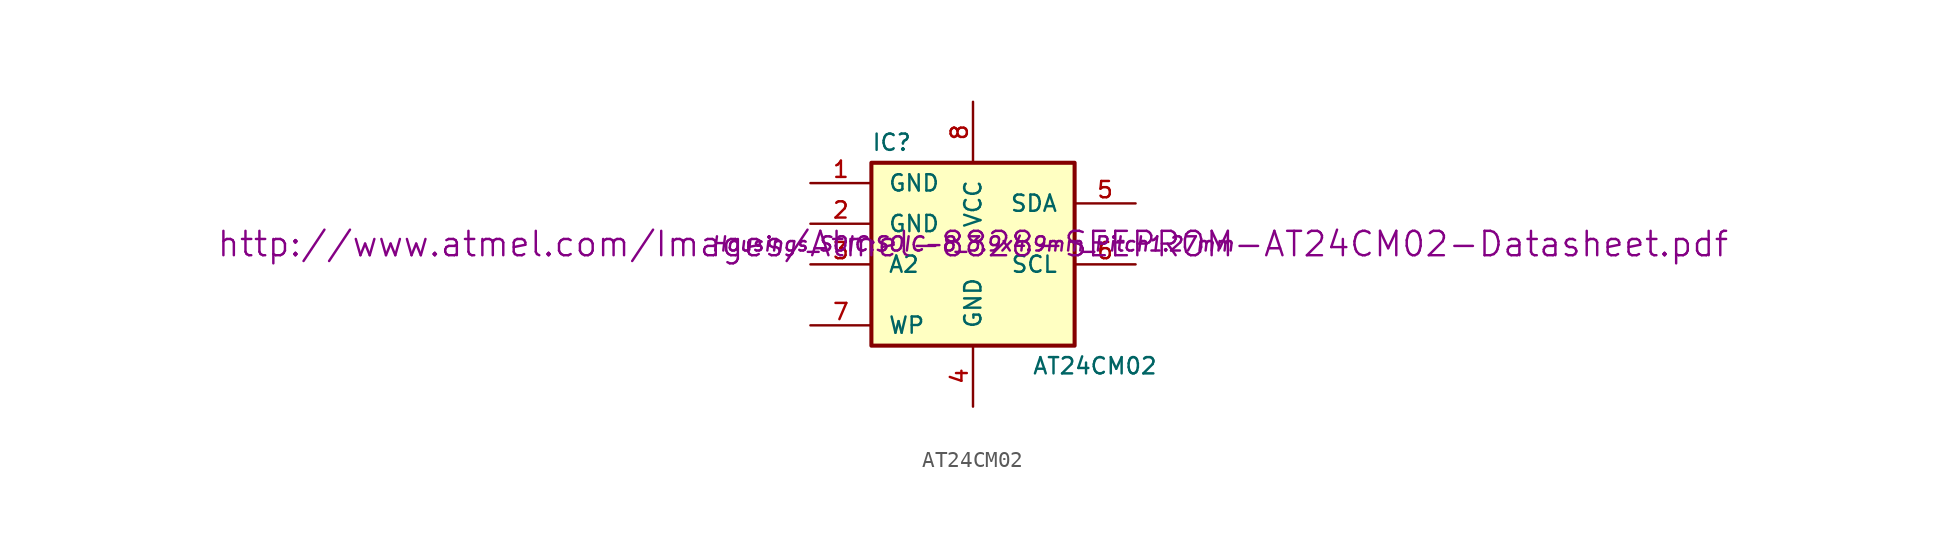
<source format=kicad_sym>
(kicad_symbol_lib
  (version 20241209)
  (generator "kicad_symbol_editor")
  (generator_version "9.0")
  (symbol "AT24CM02"
    (pin_names
      (offset 1.016))
    (property "Reference" "IC"
      (at -5.08 6.35 0)
      (effects (font (size 1.016 1.016))))
    (property "Value" "AT24CM02"
      (at 7.62 -7.62 0)
      (effects (font (size 1.016 1.016))))
    (property "Footprint" "Housings_SOIC:SOIC-8_3.9x4.9mm_Pitch1.27mm"
      (at 0 0 0)
      (effects (font (size 0.889 0.889) (italic yes))))
    (property "Datasheet" "http://www.atmel.com/Images/Atmel-8828-SEEPROM-AT24CM02-Datasheet.pdf"
      (at 0 0 0)
      (effects (font (size 1.524 1.524))))
    (symbol "AT24CM02_0_1"
      (rectangle (start -6.35 5.08) (end 6.35 -6.35) (stroke (width 0.254) (type solid)) (fill (type background))))
    (symbol "AT24CM02_1_1"
      (pin power_in line (at -10.16 3.81 0) (length 3.81) (name "GND" (effects (font (size 1.016 1.016)))) (number "1" (effects (font (size 1.016 1.016)))))
      (pin power_in line (at -10.16 1.27 0) (length 3.81) (name "GND" (effects (font (size 1.016 1.016)))) (number "2" (effects (font (size 1.016 1.016)))))
      (pin input line (at -10.16 -1.27 0) (length 3.81) (name "A2" (effects (font (size 1.016 1.016)))) (number "3" (effects (font (size 1.016 1.016)))))
      (pin input line (at -10.16 -5.08 0) (length 3.81) (name "WP" (effects (font (size 1.016 1.016)))) (number "7" (effects (font (size 1.016 1.016)))))
      (pin power_in line (at 0 8.89 270) (length 3.81) (name "VCC" (effects (font (size 1.016 1.016)))) (number "8" (effects (font (size 1.016 1.016)))))
      (pin power_in line (at 0 -10.16 90) (length 3.81) (name "GND" (effects (font (size 1.016 1.016)))) (number "4" (effects (font (size 1.016 1.016)))))
      (pin bidirectional line (at 10.16 2.54 180) (length 3.81) (name "SDA" (effects (font (size 1.016 1.016)))) (number "5" (effects (font (size 1.016 1.016)))))
      (pin input line (at 10.16 -1.27 180) (length 3.81) (name "SCL" (effects (font (size 1.016 1.016)))) (number "6" (effects (font (size 1.016 1.016))))))))
</source>
